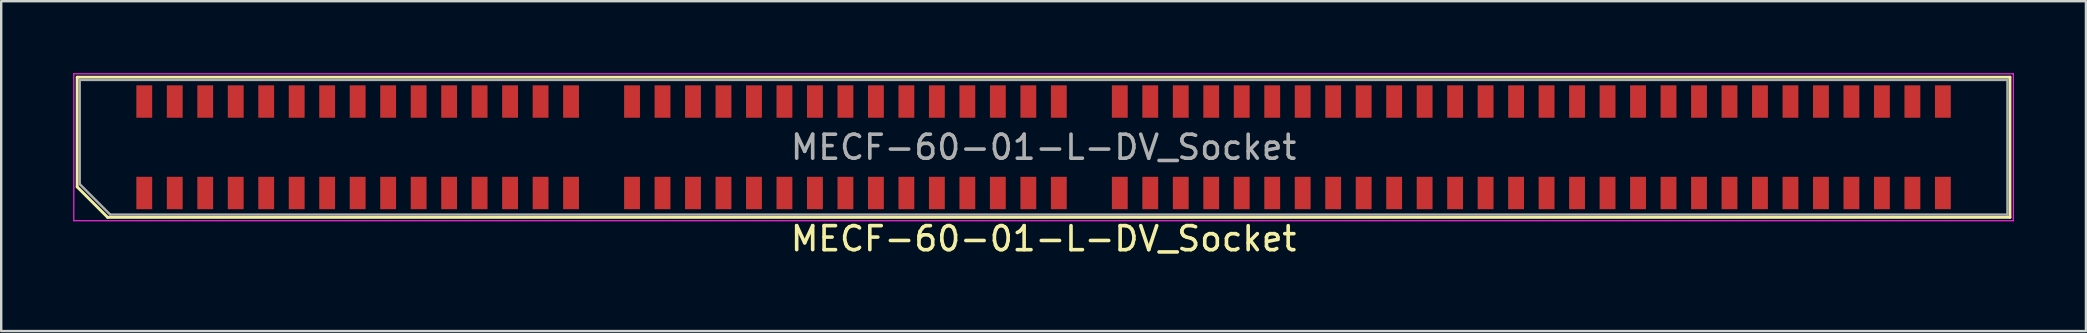
<source format=kicad_pcb>
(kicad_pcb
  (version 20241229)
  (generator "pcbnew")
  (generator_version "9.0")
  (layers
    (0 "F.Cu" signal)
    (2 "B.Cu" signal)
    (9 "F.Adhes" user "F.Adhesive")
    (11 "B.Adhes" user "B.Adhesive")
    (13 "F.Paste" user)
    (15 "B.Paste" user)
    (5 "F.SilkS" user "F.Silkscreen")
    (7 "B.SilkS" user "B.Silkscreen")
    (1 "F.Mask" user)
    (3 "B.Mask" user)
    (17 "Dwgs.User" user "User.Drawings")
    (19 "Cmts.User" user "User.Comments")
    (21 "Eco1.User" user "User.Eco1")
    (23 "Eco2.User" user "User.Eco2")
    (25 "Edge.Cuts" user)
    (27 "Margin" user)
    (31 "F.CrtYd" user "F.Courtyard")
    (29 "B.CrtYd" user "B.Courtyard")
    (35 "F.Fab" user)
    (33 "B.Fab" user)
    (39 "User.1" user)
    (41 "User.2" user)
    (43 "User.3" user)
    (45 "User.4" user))
  (footprint "MECF-60-01-L-DV_Socket"
    (layer "F.Cu")
    (at 40.425 3.085)
    (property "Reference" "MECF-60-01-L-DV_Socket" (at 0 3.81 0) (layer "F.SilkS") (effects (font (size 1 1) (thickness 0.15))))
    (attr smd)
    (fp_line (start -40.26 -2.92) (end 40.26 -2.92) (stroke (width 0.12) (type solid)) (layer "F.SilkS"))
    (fp_line (start -40.26 1.65) (end -40.26 -2.92) (stroke (width 0.12) (type solid)) (layer "F.SilkS"))
    (fp_line (start -38.99 2.92) (end -40.26 1.65) (stroke (width 0.12) (type solid)) (layer "F.SilkS"))
    (fp_line (start -38.99 2.92) (end 40.26 2.92) (stroke (width 0.12) (type solid)) (layer "F.SilkS"))
    (fp_line (start 40.26 2.92) (end 40.26 -2.92) (stroke (width 0.12) (type solid)) (layer "F.SilkS"))
    (fp_line (start -40.4 -3.06) (end -40.4 3.06) (stroke (width 0.05) (type solid)) (layer "F.CrtYd"))
    (fp_line (start -40.4 3.06) (end 40.4 3.06) (stroke (width 0.05) (type solid)) (layer "F.CrtYd"))
    (fp_line (start 40.4 -3.06) (end -40.4 -3.06) (stroke (width 0.05) (type solid)) (layer "F.CrtYd"))
    (fp_line (start 40.4 3.06) (end 40.4 -3.06) (stroke (width 0.05) (type solid)) (layer "F.CrtYd"))
    (fp_line (start -40.155 -2.805) (end 40.155 -2.805) (stroke (width 0.1) (type solid)) (layer "F.Fab"))
    (fp_line (start -40.155 1.535) (end -40.155 -2.805) (stroke (width 0.1) (type solid)) (layer "F.Fab"))
    (fp_line (start -40.155 1.535) (end -38.885 2.805) (stroke (width 0.1) (type solid)) (layer "F.Fab"))
    (fp_line (start -38.885 2.805) (end 40.155 2.805) (stroke (width 0.1) (type solid)) (layer "F.Fab"))
    (fp_line (start 40.155 2.805) (end 40.155 -2.805) (stroke (width 0.1) (type solid)) (layer "F.Fab"))
    (fp_text user "${REFERENCE}" (at 0 0 0) (layer "F.Fab") (effects (font (size 1 1) (thickness 0.15))))
    (pad "" np_thru_hole circle (at -39.245 0) (size 0.001 0.001) (drill 1.45) (layers "*.Cu" "*.Mask"))
    (pad "" np_thru_hole circle (at 39.245 1) (size 0.001 0.001) (drill 1.45) (layers "*.Cu" "*.Mask"))
    (pad "1" smd rect (at -37.465 1.905) (size 0.66 1.35) (layers "F.Cu" "F.Mask" "F.Paste"))
    (pad "2" smd rect (at -37.465 -1.905) (size 0.66 1.35) (layers "F.Cu" "F.Mask" "F.Paste"))
    (pad "3" smd rect (at -36.195 1.905) (size 0.66 1.35) (layers "F.Cu" "F.Mask" "F.Paste"))
    (pad "4" smd rect (at -36.195 -1.905) (size 0.66 1.35) (layers "F.Cu" "F.Mask" "F.Paste"))
    (pad "5" smd rect (at -34.925 1.905) (size 0.66 1.35) (layers "F.Cu" "F.Mask" "F.Paste"))
    (pad "6" smd rect (at -34.925 -1.905) (size 0.66 1.35) (layers "F.Cu" "F.Mask" "F.Paste"))
    (pad "7" smd rect (at -33.655 1.905) (size 0.66 1.35) (layers "F.Cu" "F.Mask" "F.Paste"))
    (pad "8" smd rect (at -33.655 -1.905) (size 0.66 1.35) (layers "F.Cu" "F.Mask" "F.Paste"))
    (pad "9" smd rect (at -32.385 1.905) (size 0.66 1.35) (layers "F.Cu" "F.Mask" "F.Paste"))
    (pad "10" smd rect (at -32.385 -1.905) (size 0.66 1.35) (layers "F.Cu" "F.Mask" "F.Paste"))
    (pad "11" smd rect (at -31.115 1.905) (size 0.66 1.35) (layers "F.Cu" "F.Mask" "F.Paste"))
    (pad "12" smd rect (at -31.115 -1.905) (size 0.66 1.35) (layers "F.Cu" "F.Mask" "F.Paste"))
    (pad "13" smd rect (at -29.845 1.905) (size 0.66 1.35) (layers "F.Cu" "F.Mask" "F.Paste"))
    (pad "14" smd rect (at -29.845 -1.905) (size 0.66 1.35) (layers "F.Cu" "F.Mask" "F.Paste"))
    (pad "15" smd rect (at -28.575 1.905) (size 0.66 1.35) (layers "F.Cu" "F.Mask" "F.Paste"))
    (pad "16" smd rect (at -28.575 -1.905) (size 0.66 1.35) (layers "F.Cu" "F.Mask" "F.Paste"))
    (pad "17" smd rect (at -27.305 1.905) (size 0.66 1.35) (layers "F.Cu" "F.Mask" "F.Paste"))
    (pad "18" smd rect (at -27.305 -1.905) (size 0.66 1.35) (layers "F.Cu" "F.Mask" "F.Paste"))
    (pad "19" smd rect (at -26.035 1.905) (size 0.66 1.35) (layers "F.Cu" "F.Mask" "F.Paste"))
    (pad "20" smd rect (at -26.035 -1.905) (size 0.66 1.35) (layers "F.Cu" "F.Mask" "F.Paste"))
    (pad "21" smd rect (at -24.765 1.905) (size 0.66 1.35) (layers "F.Cu" "F.Mask" "F.Paste"))
    (pad "22" smd rect (at -24.765 -1.905) (size 0.66 1.35) (layers "F.Cu" "F.Mask" "F.Paste"))
    (pad "23" smd rect (at -23.495 1.905) (size 0.66 1.35) (layers "F.Cu" "F.Mask" "F.Paste"))
    (pad "24" smd rect (at -23.495 -1.905) (size 0.66 1.35) (layers "F.Cu" "F.Mask" "F.Paste"))
    (pad "25" smd rect (at -22.225 1.905) (size 0.66 1.35) (layers "F.Cu" "F.Mask" "F.Paste"))
    (pad "26" smd rect (at -22.225 -1.905) (size 0.66 1.35) (layers "F.Cu" "F.Mask" "F.Paste"))
    (pad "27" smd rect (at -20.955 1.905) (size 0.66 1.35) (layers "F.Cu" "F.Mask" "F.Paste"))
    (pad "28" smd rect (at -20.955 -1.905) (size 0.66 1.35) (layers "F.Cu" "F.Mask" "F.Paste"))
    (pad "29" smd rect (at -19.685 1.905) (size 0.66 1.35) (layers "F.Cu" "F.Mask" "F.Paste"))
    (pad "30" smd rect (at -19.685 -1.905) (size 0.66 1.35) (layers "F.Cu" "F.Mask" "F.Paste"))
    (pad "33" smd rect (at -17.145 1.905) (size 0.66 1.35) (layers "F.Cu" "F.Mask" "F.Paste"))
    (pad "34" smd rect (at -17.145 -1.905) (size 0.66 1.35) (layers "F.Cu" "F.Mask" "F.Paste"))
    (pad "35" smd rect (at -15.875 1.905) (size 0.66 1.35) (layers "F.Cu" "F.Mask" "F.Paste"))
    (pad "36" smd rect (at -15.875 -1.905) (size 0.66 1.35) (layers "F.Cu" "F.Mask" "F.Paste"))
    (pad "37" smd rect (at -14.605 1.905) (size 0.66 1.35) (layers "F.Cu" "F.Mask" "F.Paste"))
    (pad "38" smd rect (at -14.605 -1.905) (size 0.66 1.35) (layers "F.Cu" "F.Mask" "F.Paste"))
    (pad "39" smd rect (at -13.335 1.905) (size 0.66 1.35) (layers "F.Cu" "F.Mask" "F.Paste"))
    (pad "40" smd rect (at -13.335 -1.905) (size 0.66 1.35) (layers "F.Cu" "F.Mask" "F.Paste"))
    (pad "41" smd rect (at -12.065 1.905) (size 0.66 1.35) (layers "F.Cu" "F.Mask" "F.Paste"))
    (pad "42" smd rect (at -12.065 -1.905) (size 0.66 1.35) (layers "F.Cu" "F.Mask" "F.Paste"))
    (pad "43" smd rect (at -10.795 1.905) (size 0.66 1.35) (layers "F.Cu" "F.Mask" "F.Paste"))
    (pad "44" smd rect (at -10.795 -1.905) (size 0.66 1.35) (layers "F.Cu" "F.Mask" "F.Paste"))
    (pad "45" smd rect (at -9.525 1.905) (size 0.66 1.35) (layers "F.Cu" "F.Mask" "F.Paste"))
    (pad "46" smd rect (at -9.525 -1.905) (size 0.66 1.35) (layers "F.Cu" "F.Mask" "F.Paste"))
    (pad "47" smd rect (at -8.255 1.905) (size 0.66 1.35) (layers "F.Cu" "F.Mask" "F.Paste"))
    (pad "48" smd rect (at -8.255 -1.905) (size 0.66 1.35) (layers "F.Cu" "F.Mask" "F.Paste"))
    (pad "49" smd rect (at -6.985 1.905) (size 0.66 1.35) (layers "F.Cu" "F.Mask" "F.Paste"))
    (pad "50" smd rect (at -6.985 -1.905) (size 0.66 1.35) (layers "F.Cu" "F.Mask" "F.Paste"))
    (pad "51" smd rect (at -5.715 1.905) (size 0.66 1.35) (layers "F.Cu" "F.Mask" "F.Paste"))
    (pad "52" smd rect (at -5.715 -1.905) (size 0.66 1.35) (layers "F.Cu" "F.Mask" "F.Paste"))
    (pad "53" smd rect (at -4.445 1.905) (size 0.66 1.35) (layers "F.Cu" "F.Mask" "F.Paste"))
    (pad "54" smd rect (at -4.445 -1.905) (size 0.66 1.35) (layers "F.Cu" "F.Mask" "F.Paste"))
    (pad "55" smd rect (at -3.175 1.905) (size 0.66 1.35) (layers "F.Cu" "F.Mask" "F.Paste"))
    (pad "56" smd rect (at -3.175 -1.905) (size 0.66 1.35) (layers "F.Cu" "F.Mask" "F.Paste"))
    (pad "57" smd rect (at -1.905 1.905) (size 0.66 1.35) (layers "F.Cu" "F.Mask" "F.Paste"))
    (pad "58" smd rect (at -1.905 -1.905) (size 0.66 1.35) (layers "F.Cu" "F.Mask" "F.Paste"))
    (pad "59" smd rect (at -0.635 1.905) (size 0.66 1.35) (layers "F.Cu" "F.Mask" "F.Paste"))
    (pad "60" smd rect (at -0.635 -1.905) (size 0.66 1.35) (layers "F.Cu" "F.Mask" "F.Paste"))
    (pad "61" smd rect (at 0.635 1.905) (size 0.66 1.35) (layers "F.Cu" "F.Mask" "F.Paste"))
    (pad "62" smd rect (at 0.635 -1.905) (size 0.66 1.35) (layers "F.Cu" "F.Mask" "F.Paste"))
    (pad "65" smd rect (at 3.175 1.905) (size 0.66 1.35) (layers "F.Cu" "F.Mask" "F.Paste"))
    (pad "66" smd rect (at 3.175 -1.905) (size 0.66 1.35) (layers "F.Cu" "F.Mask" "F.Paste"))
    (pad "67" smd rect (at 4.445 1.905) (size 0.66 1.35) (layers "F.Cu" "F.Mask" "F.Paste"))
    (pad "68" smd rect (at 4.445 -1.905) (size 0.66 1.35) (layers "F.Cu" "F.Mask" "F.Paste"))
    (pad "69" smd rect (at 5.715 1.905) (size 0.66 1.35) (layers "F.Cu" "F.Mask" "F.Paste"))
    (pad "70" smd rect (at 5.715 -1.905) (size 0.66 1.35) (layers "F.Cu" "F.Mask" "F.Paste"))
    (pad "71" smd rect (at 6.985 1.905) (size 0.66 1.35) (layers "F.Cu" "F.Mask" "F.Paste"))
    (pad "72" smd rect (at 6.985 -1.905) (size 0.66 1.35) (layers "F.Cu" "F.Mask" "F.Paste"))
    (pad "73" smd rect (at 8.255 1.905) (size 0.66 1.35) (layers "F.Cu" "F.Mask" "F.Paste"))
    (pad "74" smd rect (at 8.255 -1.905) (size 0.66 1.35) (layers "F.Cu" "F.Mask" "F.Paste"))
    (pad "75" smd rect (at 9.525 1.905) (size 0.66 1.35) (layers "F.Cu" "F.Mask" "F.Paste"))
    (pad "76" smd rect (at 9.525 -1.905) (size 0.66 1.35) (layers "F.Cu" "F.Mask" "F.Paste"))
    (pad "77" smd rect (at 10.795 1.905) (size 0.66 1.35) (layers "F.Cu" "F.Mask" "F.Paste"))
    (pad "78" smd rect (at 10.795 -1.905) (size 0.66 1.35) (layers "F.Cu" "F.Mask" "F.Paste"))
    (pad "79" smd rect (at 12.065 1.905) (size 0.66 1.35) (layers "F.Cu" "F.Mask" "F.Paste"))
    (pad "80" smd rect (at 12.065 -1.905) (size 0.66 1.35) (layers "F.Cu" "F.Mask" "F.Paste"))
    (pad "81" smd rect (at 13.335 1.905) (size 0.66 1.35) (layers "F.Cu" "F.Mask" "F.Paste"))
    (pad "82" smd rect (at 13.335 -1.905) (size 0.66 1.35) (layers "F.Cu" "F.Mask" "F.Paste"))
    (pad "83" smd rect (at 14.605 1.905) (size 0.66 1.35) (layers "F.Cu" "F.Mask" "F.Paste"))
    (pad "84" smd rect (at 14.605 -1.905) (size 0.66 1.35) (layers "F.Cu" "F.Mask" "F.Paste"))
    (pad "85" smd rect (at 15.875 1.905) (size 0.66 1.35) (layers "F.Cu" "F.Mask" "F.Paste"))
    (pad "86" smd rect (at 15.875 -1.905) (size 0.66 1.35) (layers "F.Cu" "F.Mask" "F.Paste"))
    (pad "87" smd rect (at 17.145 1.905) (size 0.66 1.35) (layers "F.Cu" "F.Mask" "F.Paste"))
    (pad "88" smd rect (at 17.145 -1.905) (size 0.66 1.35) (layers "F.Cu" "F.Mask" "F.Paste"))
    (pad "89" smd rect (at 18.415 1.905) (size 0.66 1.35) (layers "F.Cu" "F.Mask" "F.Paste"))
    (pad "90" smd rect (at 18.415 -1.905) (size 0.66 1.35) (layers "F.Cu" "F.Mask" "F.Paste"))
    (pad "91" smd rect (at 19.685 1.905) (size 0.66 1.35) (layers "F.Cu" "F.Mask" "F.Paste"))
    (pad "92" smd rect (at 19.685 -1.905) (size 0.66 1.35) (layers "F.Cu" "F.Mask" "F.Paste"))
    (pad "93" smd rect (at 20.955 1.905) (size 0.66 1.35) (layers "F.Cu" "F.Mask" "F.Paste"))
    (pad "94" smd rect (at 20.955 -1.905) (size 0.66 1.35) (layers "F.Cu" "F.Mask" "F.Paste"))
    (pad "95" smd rect (at 22.225 1.905) (size 0.66 1.35) (layers "F.Cu" "F.Mask" "F.Paste"))
    (pad "96" smd rect (at 22.225 -1.905) (size 0.66 1.35) (layers "F.Cu" "F.Mask" "F.Paste"))
    (pad "97" smd rect (at 23.495 1.905) (size 0.66 1.35) (layers "F.Cu" "F.Mask" "F.Paste"))
    (pad "98" smd rect (at 23.495 -1.905) (size 0.66 1.35) (layers "F.Cu" "F.Mask" "F.Paste"))
    (pad "99" smd rect (at 24.765 1.905) (size 0.66 1.35) (layers "F.Cu" "F.Mask" "F.Paste"))
    (pad "100" smd rect (at 24.765 -1.905) (size 0.66 1.35) (layers "F.Cu" "F.Mask" "F.Paste"))
    (pad "101" smd rect (at 26.035 1.905) (size 0.66 1.35) (layers "F.Cu" "F.Mask" "F.Paste"))
    (pad "102" smd rect (at 26.035 -1.905) (size 0.66 1.35) (layers "F.Cu" "F.Mask" "F.Paste"))
    (pad "103" smd rect (at 27.305 1.905) (size 0.66 1.35) (layers "F.Cu" "F.Mask" "F.Paste"))
    (pad "104" smd rect (at 27.305 -1.905) (size 0.66 1.35) (layers "F.Cu" "F.Mask" "F.Paste"))
    (pad "105" smd rect (at 28.575 1.905) (size 0.66 1.35) (layers "F.Cu" "F.Mask" "F.Paste"))
    (pad "106" smd rect (at 28.575 -1.905) (size 0.66 1.35) (layers "F.Cu" "F.Mask" "F.Paste"))
    (pad "107" smd rect (at 29.845 1.905) (size 0.66 1.35) (layers "F.Cu" "F.Mask" "F.Paste"))
    (pad "108" smd rect (at 29.845 -1.905) (size 0.66 1.35) (layers "F.Cu" "F.Mask" "F.Paste"))
    (pad "109" smd rect (at 31.115 1.905) (size 0.66 1.35) (layers "F.Cu" "F.Mask" "F.Paste"))
    (pad "110" smd rect (at 31.115 -1.905) (size 0.66 1.35) (layers "F.Cu" "F.Mask" "F.Paste"))
    (pad "111" smd rect (at 32.385 1.905) (size 0.66 1.35) (layers "F.Cu" "F.Mask" "F.Paste"))
    (pad "112" smd rect (at 32.385 -1.905) (size 0.66 1.35) (layers "F.Cu" "F.Mask" "F.Paste"))
    (pad "113" smd rect (at 33.655 1.905) (size 0.66 1.35) (layers "F.Cu" "F.Mask" "F.Paste"))
    (pad "114" smd rect (at 33.655 -1.905) (size 0.66 1.35) (layers "F.Cu" "F.Mask" "F.Paste"))
    (pad "115" smd rect (at 34.925 1.905) (size 0.66 1.35) (layers "F.Cu" "F.Mask" "F.Paste"))
    (pad "116" smd rect (at 34.925 -1.905) (size 0.66 1.35) (layers "F.Cu" "F.Mask" "F.Paste"))
    (pad "117" smd rect (at 36.195 1.905) (size 0.66 1.35) (layers "F.Cu" "F.Mask" "F.Paste"))
    (pad "118" smd rect (at 36.195 -1.905) (size 0.66 1.35) (layers "F.Cu" "F.Mask" "F.Paste"))
    (pad "119" smd rect (at 37.465 1.905) (size 0.66 1.35) (layers "F.Cu" "F.Mask" "F.Paste"))
    (pad "120" smd rect (at 37.465 -1.905) (size 0.66 1.35) (layers "F.Cu" "F.Mask" "F.Paste")))
  (gr_rect
    (start -3 -3)
    (end 83.85 10.743)
    (stroke (width 0.1) (type default))
    (fill no)
    (layer "Edge.Cuts")))
</source>
